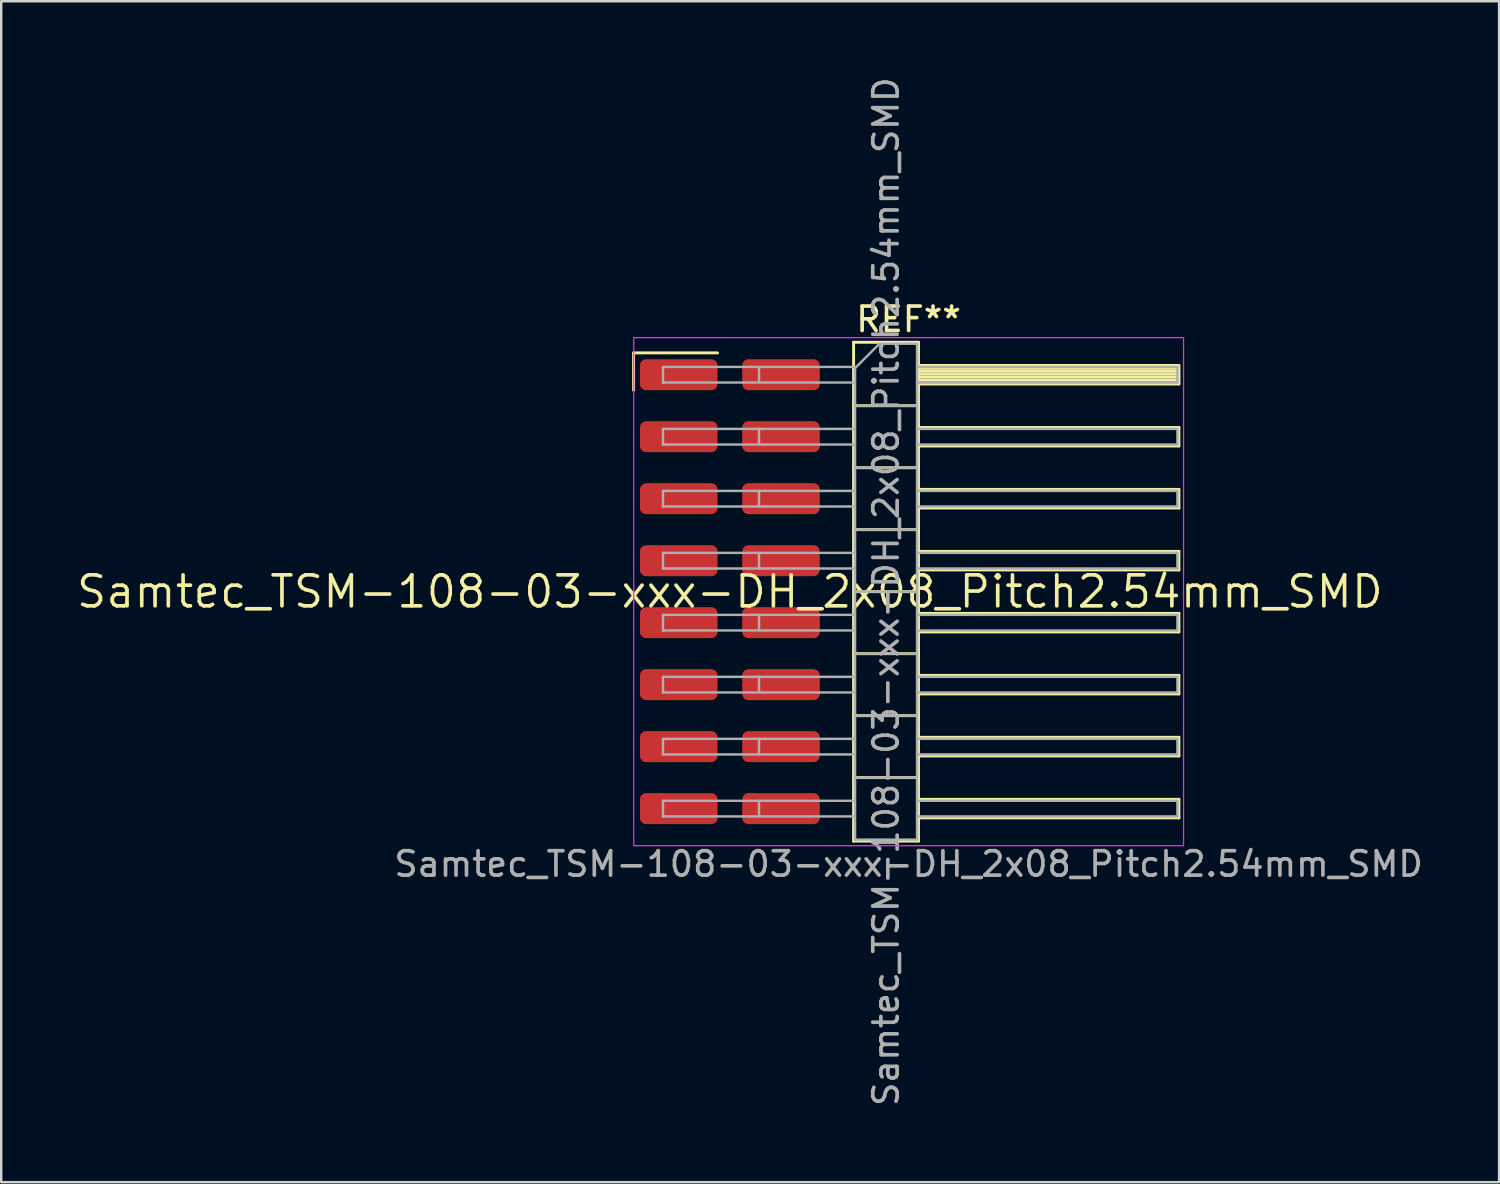
<source format=kicad_pcb>
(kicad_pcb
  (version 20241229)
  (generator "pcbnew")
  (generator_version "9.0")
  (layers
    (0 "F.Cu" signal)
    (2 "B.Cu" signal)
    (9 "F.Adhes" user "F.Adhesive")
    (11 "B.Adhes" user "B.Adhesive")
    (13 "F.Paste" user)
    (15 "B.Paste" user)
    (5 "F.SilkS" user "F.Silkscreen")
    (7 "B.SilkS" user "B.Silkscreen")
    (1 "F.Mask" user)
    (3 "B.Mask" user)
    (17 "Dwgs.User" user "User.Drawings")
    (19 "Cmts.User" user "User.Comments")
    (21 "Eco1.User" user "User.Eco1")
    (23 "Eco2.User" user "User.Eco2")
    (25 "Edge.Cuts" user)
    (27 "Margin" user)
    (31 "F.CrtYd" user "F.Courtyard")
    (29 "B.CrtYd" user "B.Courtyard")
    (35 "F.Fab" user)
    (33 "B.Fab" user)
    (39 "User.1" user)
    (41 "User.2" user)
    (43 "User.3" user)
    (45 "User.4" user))
  (footprint "Samtec_TSM-108-03-xxx-DH_2x08_Pitch2.54mm_SMD"
    (layer "F.Cu")
    (at 26.859 21.196)
    (property "Reference" "Samtec_TSM-108-03-xxx-DH_2x08_Pitch2.54mm_SMD" (at 0 0 0) (layer "F.SilkS") (effects (font (size 1.27 1.27) (thickness 0.15))))
    (attr smd)
    (fp_line (start -3.945 -9.785) (end -0.505 -9.785) (stroke (width 0.12) (type solid)) (layer "F.SilkS"))
    (fp_line (start -3.945 -8.255) (end -3.945 -9.785) (stroke (width 0.12) (type solid)) (layer "F.SilkS"))
    (fp_line (start 5.07 -10.22) (end 7.73 -10.22) (stroke (width 0.12) (type solid)) (layer "F.SilkS"))
    (fp_line (start 5.07 -7.62) (end 7.73 -7.62) (stroke (width 0.12) (type solid)) (layer "F.SilkS"))
    (fp_line (start 5.07 -5.08) (end 7.73 -5.08) (stroke (width 0.12) (type solid)) (layer "F.SilkS"))
    (fp_line (start 5.07 -2.54) (end 7.73 -2.54) (stroke (width 0.12) (type solid)) (layer "F.SilkS"))
    (fp_line (start 5.07 0) (end 7.73 0) (stroke (width 0.12) (type solid)) (layer "F.SilkS"))
    (fp_line (start 5.07 2.54) (end 7.73 2.54) (stroke (width 0.12) (type solid)) (layer "F.SilkS"))
    (fp_line (start 5.07 5.08) (end 7.73 5.08) (stroke (width 0.12) (type solid)) (layer "F.SilkS"))
    (fp_line (start 5.07 7.62) (end 7.73 7.62) (stroke (width 0.12) (type solid)) (layer "F.SilkS"))
    (fp_line (start 5.07 10.22) (end 5.07 -10.22) (stroke (width 0.12) (type solid)) (layer "F.SilkS"))
    (fp_line (start 7.73 -10.22) (end 7.73 10.22) (stroke (width 0.12) (type solid)) (layer "F.SilkS"))
    (fp_line (start 7.73 -9.27) (end 18.4 -9.27) (stroke (width 0.12) (type solid)) (layer "F.SilkS"))
    (fp_line (start 7.73 -9.15) (end 18.4 -9.15) (stroke (width 0.12) (type solid)) (layer "F.SilkS"))
    (fp_line (start 7.73 -9.03) (end 18.4 -9.03) (stroke (width 0.12) (type solid)) (layer "F.SilkS"))
    (fp_line (start 7.73 -8.91) (end 18.4 -8.91) (stroke (width 0.12) (type solid)) (layer "F.SilkS"))
    (fp_line (start 7.73 -8.79) (end 18.4 -8.79) (stroke (width 0.12) (type solid)) (layer "F.SilkS"))
    (fp_line (start 7.73 -8.67) (end 18.4 -8.67) (stroke (width 0.12) (type solid)) (layer "F.SilkS"))
    (fp_line (start 7.73 -8.55) (end 18.4 -8.55) (stroke (width 0.12) (type solid)) (layer "F.SilkS"))
    (fp_line (start 7.73 -8.51) (end 18.4 -8.51) (stroke (width 0.12) (type solid)) (layer "F.SilkS"))
    (fp_line (start 7.73 -6.73) (end 18.4 -6.73) (stroke (width 0.12) (type solid)) (layer "F.SilkS"))
    (fp_line (start 7.73 -5.97) (end 18.4 -5.97) (stroke (width 0.12) (type solid)) (layer "F.SilkS"))
    (fp_line (start 7.73 -4.19) (end 18.4 -4.19) (stroke (width 0.12) (type solid)) (layer "F.SilkS"))
    (fp_line (start 7.73 -3.43) (end 18.4 -3.43) (stroke (width 0.12) (type solid)) (layer "F.SilkS"))
    (fp_line (start 7.73 -1.65) (end 18.4 -1.65) (stroke (width 0.12) (type solid)) (layer "F.SilkS"))
    (fp_line (start 7.73 -0.89) (end 18.4 -0.89) (stroke (width 0.12) (type solid)) (layer "F.SilkS"))
    (fp_line (start 7.73 0.89) (end 18.4 0.89) (stroke (width 0.12) (type solid)) (layer "F.SilkS"))
    (fp_line (start 7.73 1.65) (end 18.4 1.65) (stroke (width 0.12) (type solid)) (layer "F.SilkS"))
    (fp_line (start 7.73 3.43) (end 18.4 3.43) (stroke (width 0.12) (type solid)) (layer "F.SilkS"))
    (fp_line (start 7.73 4.19) (end 18.4 4.19) (stroke (width 0.12) (type solid)) (layer "F.SilkS"))
    (fp_line (start 7.73 5.97) (end 18.4 5.97) (stroke (width 0.12) (type solid)) (layer "F.SilkS"))
    (fp_line (start 7.73 6.73) (end 18.4 6.73) (stroke (width 0.12) (type solid)) (layer "F.SilkS"))
    (fp_line (start 7.73 8.51) (end 18.4 8.51) (stroke (width 0.12) (type solid)) (layer "F.SilkS"))
    (fp_line (start 7.73 9.27) (end 18.4 9.27) (stroke (width 0.12) (type solid)) (layer "F.SilkS"))
    (fp_line (start 7.73 10.22) (end 5.07 10.22) (stroke (width 0.12) (type solid)) (layer "F.SilkS"))
    (fp_line (start 18.4 -9.27) (end 18.4 -8.51) (stroke (width 0.12) (type solid)) (layer "F.SilkS"))
    (fp_line (start 18.4 -6.73) (end 18.4 -5.97) (stroke (width 0.12) (type solid)) (layer "F.SilkS"))
    (fp_line (start 18.4 -4.19) (end 18.4 -3.43) (stroke (width 0.12) (type solid)) (layer "F.SilkS"))
    (fp_line (start 18.4 -1.65) (end 18.4 -0.89) (stroke (width 0.12) (type solid)) (layer "F.SilkS"))
    (fp_line (start 18.4 0.89) (end 18.4 1.65) (stroke (width 0.12) (type solid)) (layer "F.SilkS"))
    (fp_line (start 18.4 3.43) (end 18.4 4.19) (stroke (width 0.12) (type solid)) (layer "F.SilkS"))
    (fp_line (start 18.4 5.97) (end 18.4 6.73) (stroke (width 0.12) (type solid)) (layer "F.SilkS"))
    (fp_line (start 18.4 8.51) (end 18.4 9.27) (stroke (width 0.12) (type solid)) (layer "F.SilkS"))
    (fp_line (start -3.94 -10.41) (end 18.59 -10.41) (stroke (width 0.05) (type solid)) (layer "F.CrtYd"))
    (fp_line (start -3.94 10.41) (end -3.94 -10.41) (stroke (width 0.05) (type solid)) (layer "F.CrtYd"))
    (fp_line (start 18.59 -10.41) (end 18.59 10.41) (stroke (width 0.05) (type solid)) (layer "F.CrtYd"))
    (fp_line (start 18.59 10.41) (end -3.94 10.41) (stroke (width 0.05) (type solid)) (layer "F.CrtYd"))
    (fp_line (start -2.74 -9.21) (end -2.74 -8.57) (stroke (width 0.1) (type solid)) (layer "F.Fab"))
    (fp_line (start -2.74 -9.21) (end 5.13 -9.21) (stroke (width 0.1) (type solid)) (layer "F.Fab"))
    (fp_line (start -2.74 -8.57) (end 5.13 -8.57) (stroke (width 0.1) (type solid)) (layer "F.Fab"))
    (fp_line (start -2.74 -6.67) (end -2.74 -6.03) (stroke (width 0.1) (type solid)) (layer "F.Fab"))
    (fp_line (start -2.74 -6.67) (end 5.13 -6.67) (stroke (width 0.1) (type solid)) (layer "F.Fab"))
    (fp_line (start -2.74 -6.03) (end 5.13 -6.03) (stroke (width 0.1) (type solid)) (layer "F.Fab"))
    (fp_line (start -2.74 -4.13) (end -2.74 -3.49) (stroke (width 0.1) (type solid)) (layer "F.Fab"))
    (fp_line (start -2.74 -4.13) (end 5.13 -4.13) (stroke (width 0.1) (type solid)) (layer "F.Fab"))
    (fp_line (start -2.74 -3.49) (end 5.13 -3.49) (stroke (width 0.1) (type solid)) (layer "F.Fab"))
    (fp_line (start -2.74 -1.59) (end -2.74 -0.95) (stroke (width 0.1) (type solid)) (layer "F.Fab"))
    (fp_line (start -2.74 -1.59) (end 5.13 -1.59) (stroke (width 0.1) (type solid)) (layer "F.Fab"))
    (fp_line (start -2.74 -0.95) (end 5.13 -0.95) (stroke (width 0.1) (type solid)) (layer "F.Fab"))
    (fp_line (start -2.74 0.95) (end -2.74 1.59) (stroke (width 0.1) (type solid)) (layer "F.Fab"))
    (fp_line (start -2.74 0.95) (end 5.13 0.95) (stroke (width 0.1) (type solid)) (layer "F.Fab"))
    (fp_line (start -2.74 1.59) (end 5.13 1.59) (stroke (width 0.1) (type solid)) (layer "F.Fab"))
    (fp_line (start -2.74 3.49) (end -2.74 4.13) (stroke (width 0.1) (type solid)) (layer "F.Fab"))
    (fp_line (start -2.74 3.49) (end 5.13 3.49) (stroke (width 0.1) (type solid)) (layer "F.Fab"))
    (fp_line (start -2.74 4.13) (end 5.13 4.13) (stroke (width 0.1) (type solid)) (layer "F.Fab"))
    (fp_line (start -2.74 6.03) (end -2.74 6.67) (stroke (width 0.1) (type solid)) (layer "F.Fab"))
    (fp_line (start -2.74 6.03) (end 5.13 6.03) (stroke (width 0.1) (type solid)) (layer "F.Fab"))
    (fp_line (start -2.74 6.67) (end 5.13 6.67) (stroke (width 0.1) (type solid)) (layer "F.Fab"))
    (fp_line (start -2.74 8.57) (end -2.74 9.21) (stroke (width 0.1) (type solid)) (layer "F.Fab"))
    (fp_line (start -2.74 8.57) (end 5.13 8.57) (stroke (width 0.1) (type solid)) (layer "F.Fab"))
    (fp_line (start -2.74 9.21) (end 5.13 9.21) (stroke (width 0.1) (type solid)) (layer "F.Fab"))
    (fp_line (start 1.195 -9.21) (end 1.195 -8.57) (stroke (width 0.1) (type solid)) (layer "F.Fab"))
    (fp_line (start 1.195 -6.67) (end 1.195 -6.03) (stroke (width 0.1) (type solid)) (layer "F.Fab"))
    (fp_line (start 1.195 -4.13) (end 1.195 -3.49) (stroke (width 0.1) (type solid)) (layer "F.Fab"))
    (fp_line (start 1.195 -1.59) (end 1.195 -0.95) (stroke (width 0.1) (type solid)) (layer "F.Fab"))
    (fp_line (start 1.195 0.95) (end 1.195 1.59) (stroke (width 0.1) (type solid)) (layer "F.Fab"))
    (fp_line (start 1.195 3.49) (end 1.195 4.13) (stroke (width 0.1) (type solid)) (layer "F.Fab"))
    (fp_line (start 1.195 6.03) (end 1.195 6.67) (stroke (width 0.1) (type solid)) (layer "F.Fab"))
    (fp_line (start 1.195 8.57) (end 1.195 9.21) (stroke (width 0.1) (type solid)) (layer "F.Fab"))
    (fp_line (start 5.13 -9.16) (end 6.13 -10.16) (stroke (width 0.1) (type solid)) (layer "F.Fab"))
    (fp_line (start 5.13 -7.62) (end 7.67 -7.62) (stroke (width 0.1) (type solid)) (layer "F.Fab"))
    (fp_line (start 5.13 -5.08) (end 7.67 -5.08) (stroke (width 0.1) (type solid)) (layer "F.Fab"))
    (fp_line (start 5.13 -2.54) (end 7.67 -2.54) (stroke (width 0.1) (type solid)) (layer "F.Fab"))
    (fp_line (start 5.13 0) (end 7.67 0) (stroke (width 0.1) (type solid)) (layer "F.Fab"))
    (fp_line (start 5.13 2.54) (end 7.67 2.54) (stroke (width 0.1) (type solid)) (layer "F.Fab"))
    (fp_line (start 5.13 5.08) (end 7.67 5.08) (stroke (width 0.1) (type solid)) (layer "F.Fab"))
    (fp_line (start 5.13 7.62) (end 7.67 7.62) (stroke (width 0.1) (type solid)) (layer "F.Fab"))
    (fp_line (start 5.13 10.16) (end 5.13 -9.16) (stroke (width 0.1) (type solid)) (layer "F.Fab"))
    (fp_line (start 6.13 -10.16) (end 7.67 -10.16) (stroke (width 0.1) (type solid)) (layer "F.Fab"))
    (fp_line (start 7.67 -10.16) (end 7.67 10.16) (stroke (width 0.1) (type solid)) (layer "F.Fab"))
    (fp_line (start 7.67 -9.21) (end 18.34 -9.21) (stroke (width 0.1) (type solid)) (layer "F.Fab"))
    (fp_line (start 7.67 -8.57) (end 18.34 -8.57) (stroke (width 0.1) (type solid)) (layer "F.Fab"))
    (fp_line (start 7.67 -6.67) (end 18.34 -6.67) (stroke (width 0.1) (type solid)) (layer "F.Fab"))
    (fp_line (start 7.67 -6.03) (end 18.34 -6.03) (stroke (width 0.1) (type solid)) (layer "F.Fab"))
    (fp_line (start 7.67 -4.13) (end 18.34 -4.13) (stroke (width 0.1) (type solid)) (layer "F.Fab"))
    (fp_line (start 7.67 -3.49) (end 18.34 -3.49) (stroke (width 0.1) (type solid)) (layer "F.Fab"))
    (fp_line (start 7.67 -1.59) (end 18.34 -1.59) (stroke (width 0.1) (type solid)) (layer "F.Fab"))
    (fp_line (start 7.67 -0.95) (end 18.34 -0.95) (stroke (width 0.1) (type solid)) (layer "F.Fab"))
    (fp_line (start 7.67 0.95) (end 18.34 0.95) (stroke (width 0.1) (type solid)) (layer "F.Fab"))
    (fp_line (start 7.67 1.59) (end 18.34 1.59) (stroke (width 0.1) (type solid)) (layer "F.Fab"))
    (fp_line (start 7.67 3.49) (end 18.34 3.49) (stroke (width 0.1) (type solid)) (layer "F.Fab"))
    (fp_line (start 7.67 4.13) (end 18.34 4.13) (stroke (width 0.1) (type solid)) (layer "F.Fab"))
    (fp_line (start 7.67 6.03) (end 18.34 6.03) (stroke (width 0.1) (type solid)) (layer "F.Fab"))
    (fp_line (start 7.67 6.67) (end 18.34 6.67) (stroke (width 0.1) (type solid)) (layer "F.Fab"))
    (fp_line (start 7.67 8.57) (end 18.34 8.57) (stroke (width 0.1) (type solid)) (layer "F.Fab"))
    (fp_line (start 7.67 9.21) (end 18.34 9.21) (stroke (width 0.1) (type solid)) (layer "F.Fab"))
    (fp_line (start 7.67 10.16) (end 5.13 10.16) (stroke (width 0.1) (type solid)) (layer "F.Fab"))
    (fp_line (start 18.34 -9.21) (end 18.34 -8.57) (stroke (width 0.1) (type solid)) (layer "F.Fab"))
    (fp_line (start 18.34 -6.67) (end 18.34 -6.03) (stroke (width 0.1) (type solid)) (layer "F.Fab"))
    (fp_line (start 18.34 -4.13) (end 18.34 -3.49) (stroke (width 0.1) (type solid)) (layer "F.Fab"))
    (fp_line (start 18.34 -1.59) (end 18.34 -0.95) (stroke (width 0.1) (type solid)) (layer "F.Fab"))
    (fp_line (start 18.34 0.95) (end 18.34 1.59) (stroke (width 0.1) (type solid)) (layer "F.Fab"))
    (fp_line (start 18.34 3.49) (end 18.34 4.13) (stroke (width 0.1) (type solid)) (layer "F.Fab"))
    (fp_line (start 18.34 6.03) (end 18.34 6.67) (stroke (width 0.1) (type solid)) (layer "F.Fab"))
    (fp_line (start 18.34 8.57) (end 18.34 9.21) (stroke (width 0.1) (type solid)) (layer "F.Fab"))
    (fp_text user "REF**" (at 7.325 -11.16 0) (layer "F.SilkS") (effects (font (size 1 1) (thickness 0.15))))
    (fp_text user "${REFERENCE}" (at 6.4 0 90) (layer "F.Fab") (effects (font (size 1 1) (thickness 0.15))))
    (fp_text user "Samtec_TSM-108-03-xxx-DH_2x08_Pitch2.54mm_SMD" (at 7.325 11.16 0) (layer "F.Fab") (effects (font (size 1 1) (thickness 0.15))))
    (pad "1" smd roundrect (at -2.095 -8.89) (size 3.18 1.27) (layers "F.Cu" "F.Mask" "F.Paste") (roundrect_rratio 0.197))
    (pad "2" smd roundrect (at 2.095 -8.89) (size 3.18 1.27) (layers "F.Cu" "F.Mask" "F.Paste") (roundrect_rratio 0.197))
    (pad "3" smd roundrect (at -2.095 -6.35) (size 3.18 1.27) (layers "F.Cu" "F.Mask" "F.Paste") (roundrect_rratio 0.197))
    (pad "4" smd roundrect (at 2.095 -6.35) (size 3.18 1.27) (layers "F.Cu" "F.Mask" "F.Paste") (roundrect_rratio 0.197))
    (pad "5" smd roundrect (at -2.095 -3.81) (size 3.18 1.27) (layers "F.Cu" "F.Mask" "F.Paste") (roundrect_rratio 0.197))
    (pad "6" smd roundrect (at 2.095 -3.81) (size 3.18 1.27) (layers "F.Cu" "F.Mask" "F.Paste") (roundrect_rratio 0.197))
    (pad "7" smd roundrect (at -2.095 -1.27) (size 3.18 1.27) (layers "F.Cu" "F.Mask" "F.Paste") (roundrect_rratio 0.197))
    (pad "8" smd roundrect (at 2.095 -1.27) (size 3.18 1.27) (layers "F.Cu" "F.Mask" "F.Paste") (roundrect_rratio 0.197))
    (pad "9" smd roundrect (at -2.095 1.27) (size 3.18 1.27) (layers "F.Cu" "F.Mask" "F.Paste") (roundrect_rratio 0.197))
    (pad "10" smd roundrect (at 2.095 1.27) (size 3.18 1.27) (layers "F.Cu" "F.Mask" "F.Paste") (roundrect_rratio 0.197))
    (pad "11" smd roundrect (at -2.095 3.81) (size 3.18 1.27) (layers "F.Cu" "F.Mask" "F.Paste") (roundrect_rratio 0.197))
    (pad "12" smd roundrect (at 2.095 3.81) (size 3.18 1.27) (layers "F.Cu" "F.Mask" "F.Paste") (roundrect_rratio 0.197))
    (pad "13" smd roundrect (at -2.095 6.35) (size 3.18 1.27) (layers "F.Cu" "F.Mask" "F.Paste") (roundrect_rratio 0.197))
    (pad "14" smd roundrect (at 2.095 6.35) (size 3.18 1.27) (layers "F.Cu" "F.Mask" "F.Paste") (roundrect_rratio 0.197))
    (pad "15" smd roundrect (at -2.095 8.89) (size 3.18 1.27) (layers "F.Cu" "F.Mask" "F.Paste") (roundrect_rratio 0.197))
    (pad "16" smd roundrect (at 2.095 8.89) (size 3.18 1.27) (layers "F.Cu" "F.Mask" "F.Paste") (roundrect_rratio 0.197)))
  (gr_rect
    (start -3 -3)
    (end 58.38 45.393)
    (stroke (width 0.1) (type default))
    (fill no)
    (layer "Edge.Cuts")))
</source>
